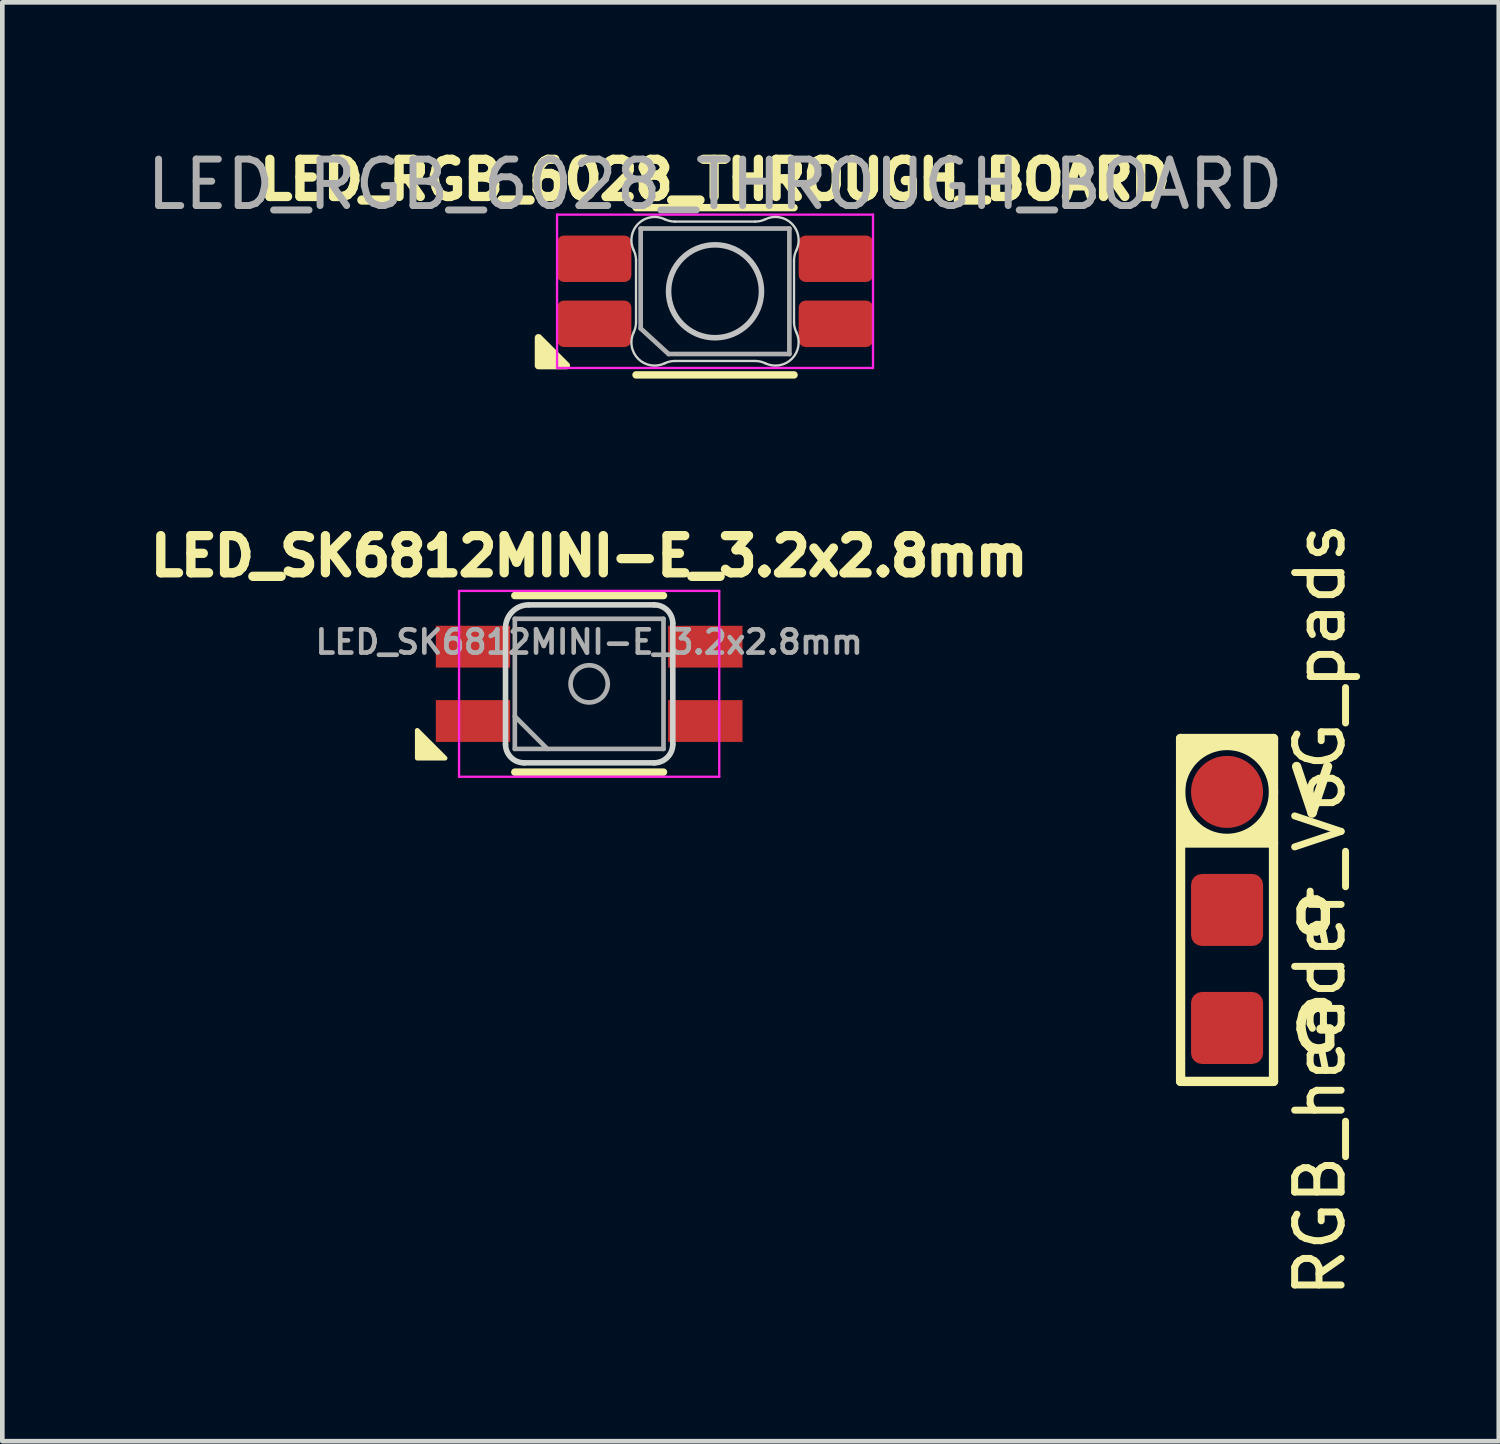
<source format=kicad_pcb>
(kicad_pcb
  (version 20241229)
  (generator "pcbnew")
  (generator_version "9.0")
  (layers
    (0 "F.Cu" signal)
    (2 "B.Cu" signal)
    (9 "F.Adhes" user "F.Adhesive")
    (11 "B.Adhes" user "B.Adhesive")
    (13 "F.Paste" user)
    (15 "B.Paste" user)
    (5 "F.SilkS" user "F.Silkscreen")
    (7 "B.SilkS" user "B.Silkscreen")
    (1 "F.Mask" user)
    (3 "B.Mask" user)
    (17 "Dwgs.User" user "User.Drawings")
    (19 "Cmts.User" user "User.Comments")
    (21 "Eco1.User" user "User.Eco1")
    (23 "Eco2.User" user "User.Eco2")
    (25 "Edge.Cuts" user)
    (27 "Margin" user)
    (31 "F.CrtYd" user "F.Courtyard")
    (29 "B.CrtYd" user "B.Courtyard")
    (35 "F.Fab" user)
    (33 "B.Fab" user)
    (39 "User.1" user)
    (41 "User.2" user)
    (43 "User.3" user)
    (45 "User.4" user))
  (footprint "LED_SK6812MINI-E_3.2x2.8mm"
    (layer "F.Cu")
    (at 9.63 11.668)
    (property "Reference" "LED_SK6812MINI-E_3.2x2.8mm" (at 0 -2.75 0) (layer "F.SilkS") (effects (font (size 0.8 0.8) (thickness 0.2))))
    (attr smd)
    (fp_line (start -1.6 -1.9) (end 1.6 -1.9) (stroke (width 0.16) (type solid)) (layer "F.SilkS"))
    (fp_line (start -1.6 1.9) (end 1.6 1.9) (stroke (width 0.16) (type solid)) (layer "F.SilkS"))
    (fp_poly (pts (xy -3.1 1.6) (xy -3.7 1.6) (xy -3.7 1)) (stroke (width 0.1) (type solid)) (fill yes) (layer "F.SilkS"))
    (fp_line (start -1.8 1.3) (end -1.8 -1.2) (stroke (width 0.12) (type solid)) (layer "Edge.Cuts"))
    (fp_line (start -1.3 -1.7) (end 1.4 -1.7) (stroke (width 0.12) (type solid)) (layer "Edge.Cuts"))
    (fp_line (start 1.4 1.7) (end -1.4 1.7) (stroke (width 0.12) (type solid)) (layer "Edge.Cuts"))
    (fp_line (start 1.8 -1.3) (end 1.8 1.3) (stroke (width 0.12) (type solid)) (layer "Edge.Cuts"))
    (fp_arc (start -1.8 -1.2) (mid -1.653553 -1.553553) (end -1.3 -1.7) (stroke (width 0.12) (type solid)) (layer "Edge.Cuts"))
    (fp_arc (start -1.4 1.7) (mid -1.682843 1.582843) (end -1.8 1.3) (stroke (width 0.12) (type solid)) (layer "Edge.Cuts"))
    (fp_arc (start 1.4 -1.7) (mid 1.682843 -1.582843) (end 1.8 -1.3) (stroke (width 0.12) (type solid)) (layer "Edge.Cuts"))
    (fp_arc (start 1.8 1.3) (mid 1.682843 1.582843) (end 1.4 1.7) (stroke (width 0.12) (type solid)) (layer "Edge.Cuts"))
    (fp_line (start -2.8 -2) (end -2.8 2) (stroke (width 0.05) (type solid)) (layer "F.CrtYd"))
    (fp_line (start -2.8 2) (end 2.8 2) (stroke (width 0.05) (type solid)) (layer "F.CrtYd"))
    (fp_line (start 2.8 -2) (end -2.8 -2) (stroke (width 0.05) (type solid)) (layer "F.CrtYd"))
    (fp_line (start 2.8 2) (end 2.8 -2) (stroke (width 0.05) (type solid)) (layer "F.CrtYd"))
    (fp_line (start -1.6 -1.4) (end -1.6 1.4) (stroke (width 0.1) (type solid)) (layer "F.Fab"))
    (fp_line (start -1.6 0.7) (end -0.9 1.4) (stroke (width 0.1) (type solid)) (layer "F.Fab"))
    (fp_line (start -1.6 1.4) (end 1.6 1.4) (stroke (width 0.1) (type solid)) (layer "F.Fab"))
    (fp_line (start 1.6 -1.4) (end -1.6 -1.4) (stroke (width 0.1) (type solid)) (layer "F.Fab"))
    (fp_line (start 1.6 1.4) (end 1.6 -1.4) (stroke (width 0.1) (type solid)) (layer "F.Fab"))
    (fp_circle (center 0 0) (end 0.4 0) (stroke (width 0.1) (type solid)) (fill no) (layer "F.Fab"))
    (fp_text user "${REFERENCE}" (at 0 -0.9 0) (layer "F.Fab") (effects (font (size 0.5 0.5) (thickness 0.1))))
    (pad "1" smd rect (at 2.5 -0.8) (size 1.6 0.9) (layers "F.Cu" "F.Mask" "F.Paste"))
    (pad "2" smd rect (at 2.5 0.8) (size 1.6 0.9) (layers "F.Cu" "F.Mask" "F.Paste"))
    (pad "3" smd rect (at -2.5 0.8) (size 1.6 0.9) (layers "F.Cu" "F.Mask" "F.Paste"))
    (pad "4" smd rect (at -2.5 -0.8) (size 1.6 0.9) (layers "F.Cu" "F.Mask" "F.Paste")))
  (footprint "RGB_header_VoG_pads"
    (layer "F.Cu")
    (at 23.359 16.534)
    (property "Reference" "RGB_header_VoG_pads" (at 2 0 90) (layer "F.SilkS") (effects (font (size 1 1) (thickness 0.15))))
    (attr through_hole)
    (fp_line (start -1 -3.69) (end 1 -3.69) (stroke (width 0.2) (type solid)) (layer "F.SilkS"))
    (fp_line (start -1 3.69) (end -1 -3.69) (stroke (width 0.2) (type solid)) (layer "F.SilkS"))
    (fp_line (start 1 -3.69) (end 1 3.69) (stroke (width 0.2) (type solid)) (layer "F.SilkS"))
    (fp_line (start 1 -1.44) (end -1 -1.44) (stroke (width 0.2) (type solid)) (layer "F.SilkS"))
    (fp_line (start 1 3.69) (end -1 3.69) (stroke (width 0.2) (type solid)) (layer "F.SilkS"))
    (fp_circle (center 0 -2.54) (end 0 -3.54) (stroke (width 0.2) (type solid)) (fill no) (layer "F.SilkS"))
    (fp_poly (pts (xy -1 -2.94) (xy -1 -3.69) (xy -0.25 -3.69)) (stroke (width 0.1) (type solid)) (fill yes) (layer "F.SilkS"))
    (fp_poly (pts (xy -0.25 -1.44) (xy -1 -1.44) (xy -1 -2.19)) (stroke (width 0.1) (type solid)) (fill yes) (layer "F.SilkS"))
    (fp_poly (pts (xy 0.25 -3.69) (xy 1 -3.69) (xy 1 -2.94)) (stroke (width 0.1) (type solid)) (fill yes) (layer "F.SilkS"))
    (fp_poly (pts (xy 1 -2.19) (xy 1 -1.44) (xy 0.25 -1.44)) (stroke (width 0.1) (type solid)) (fill yes) (layer "F.SilkS"))
    (fp_text user "V" (at 1.27 -2.54 0) (layer "F.SilkS") (effects (font (size 1 1) (thickness 0.2)) (justify left)))
    (fp_text user "G" (at 1.27 2.54 0) (layer "F.SilkS") (effects (font (size 1 1) (thickness 0.2)) (justify left)))
    (fp_text user "o" (at 1.27 0 0) (layer "F.SilkS") (effects (font (size 1 1) (thickness 0.2)) (justify left)))
    (pad "1" smd circle (at 0 -2.54 90) (size 1.55 1.55) (layers "F.Cu" "F.Mask"))
    (pad "2" smd roundrect (at 0 0 90) (size 1.55 1.55) (layers "F.Cu" "F.Mask") (roundrect_rratio 0.15))
    (pad "3" smd roundrect (at 0 2.54 90) (size 1.55 1.55) (layers "F.Cu" "F.Mask") (roundrect_rratio 0.15)))
  (footprint "LED_RGB_6028_THROUGH_BOARD"
    (layer "F.Cu")
    (at 12.339 3.219)
    (property "Reference" "LED_RGB_6028_THROUGH_BOARD" (at 0 -2.4 0) (layer "F.SilkS") (effects (font (size 0.8 0.8) (thickness 0.2))))
    (attr smd)
    (fp_line (start 1.7 -1.8) (end -1.7 -1.8) (stroke (width 0.16) (type solid)) (layer "F.SilkS"))
    (fp_line (start 1.7 1.8) (end -1.7 1.8) (stroke (width 0.16) (type solid)) (layer "F.SilkS"))
    (fp_poly (pts (xy -3.2 1.6) (xy -3.8 1.6) (xy -3.8 1)) (stroke (width 0.16) (type solid)) (fill yes) (layer "F.SilkS"))
    (fp_circle (center 0 0) (end 0 -1) (stroke (width 0.12) (type solid)) (fill no) (layer "Dwgs.User"))
    (fp_line (start -1.7 -0.664) (end -1.7 0.664) (stroke (width 0.05) (type solid)) (layer "Edge.Cuts"))
    (fp_line (start -0.864 -1.5) (end 0.864 -1.5) (stroke (width 0.05) (type solid)) (layer "Edge.Cuts"))
    (fp_line (start 0.864 1.5) (end -0.864 1.5) (stroke (width 0.05) (type solid)) (layer "Edge.Cuts"))
    (fp_line (start 1.7 -0.664) (end 1.7 0.664) (stroke (width 0.05) (type solid)) (layer "Edge.Cuts"))
    (fp_arc (start -1.75 -0.882055) (mid -1.71266 -0.775913) (end -1.7 -0.66411) (stroke (width 0.05) (type solid)) (layer "Edge.Cuts"))
    (fp_arc (start -1.75 -0.882055) (mid -1.653553 -1.453553) (end -1.082055 -1.55) (stroke (width 0.05) (type solid)) (layer "Edge.Cuts"))
    (fp_arc (start -1.699999 0.66411) (mid -1.712659 0.775913) (end -1.749999 0.882055) (stroke (width 0.05) (type solid)) (layer "Edge.Cuts"))
    (fp_arc (start -1.082055 1.55) (mid -1.653553 1.453553) (end -1.75 0.882055) (stroke (width 0.05) (type solid)) (layer "Edge.Cuts"))
    (fp_arc (start -1.082055 1.55) (mid -0.975913 1.51266) (end -0.86411 1.5) (stroke (width 0.05) (type solid)) (layer "Edge.Cuts"))
    (fp_arc (start -0.86411 -1.5) (mid -0.975913 -1.51266) (end -1.082055 -1.55) (stroke (width 0.05) (type solid)) (layer "Edge.Cuts"))
    (fp_arc (start 0.86411 1.5) (mid 0.975913 1.51266) (end 1.082055 1.55) (stroke (width 0.05) (type solid)) (layer "Edge.Cuts"))
    (fp_arc (start 1.082055 -1.55) (mid 0.975913 -1.51266) (end 0.86411 -1.5) (stroke (width 0.05) (type solid)) (layer "Edge.Cuts"))
    (fp_arc (start 1.082055 -1.55) (mid 1.653553 -1.453553) (end 1.75 -0.882055) (stroke (width 0.05) (type solid)) (layer "Edge.Cuts"))
    (fp_arc (start 1.7 -0.66411) (mid 1.71266 -0.775913) (end 1.75 -0.882055) (stroke (width 0.05) (type solid)) (layer "Edge.Cuts"))
    (fp_arc (start 1.749999 0.882056) (mid 1.653552 1.453553) (end 1.082055 1.549999) (stroke (width 0.05) (type solid)) (layer "Edge.Cuts"))
    (fp_arc (start 1.75 0.882055) (mid 1.71266 0.775913) (end 1.7 0.66411) (stroke (width 0.05) (type solid)) (layer "Edge.Cuts"))
    (fp_line (start -3.4 -1.65) (end -3.4 1.65) (stroke (width 0.05) (type solid)) (layer "F.CrtYd"))
    (fp_line (start -3.4 1.65) (end 3.4 1.65) (stroke (width 0.05) (type solid)) (layer "F.CrtYd"))
    (fp_line (start 3.4 -1.65) (end -3.4 -1.65) (stroke (width 0.05) (type solid)) (layer "F.CrtYd"))
    (fp_line (start 3.4 1.65) (end 3.4 -1.65) (stroke (width 0.05) (type solid)) (layer "F.CrtYd"))
    (fp_line (start -1.6 -1.35) (end 1.6 -1.35) (stroke (width 0.1) (type solid)) (layer "F.Fab"))
    (fp_line (start -1.6 0.8) (end -1.6 -1.35) (stroke (width 0.1) (type solid)) (layer "F.Fab"))
    (fp_line (start -1 1.35) (end -1.6 0.8) (stroke (width 0.1) (type solid)) (layer "F.Fab"))
    (fp_line (start 1.6 -1.35) (end 1.6 1.35) (stroke (width 0.1) (type solid)) (layer "F.Fab"))
    (fp_line (start 1.6 1.35) (end -1 1.35) (stroke (width 0.1) (type solid)) (layer "F.Fab"))
    (fp_text user "${REFERENCE}" (at 0 -2.3 0) (layer "F.Fab") (effects (font (size 1 1) (thickness 0.15))))
    (pad "1" smd roundrect (at -2.6 0.7 180) (size 1.6 1) (layers "F.Cu" "F.Mask" "F.Paste") (roundrect_rratio 0.15))
    (pad "2" smd roundrect (at 2.6 0.7 180) (size 1.6 1) (layers "F.Cu" "F.Mask" "F.Paste") (roundrect_rratio 0.15))
    (pad "3" smd roundrect (at -2.6 -0.7 180) (size 1.6 1) (layers "F.Cu" "F.Mask" "F.Paste") (roundrect_rratio 0.15))
    (pad "4" smd roundrect (at 2.6 -0.7 180) (size 1.6 1) (layers "F.Cu" "F.Mask" "F.Paste") (roundrect_rratio 0.15)))
  (gr_rect
    (start -3 -3)
    (end 29.207 27.968)
    (stroke (width 0.1) (type default))
    (fill no)
    (layer "Edge.Cuts")))
</source>
